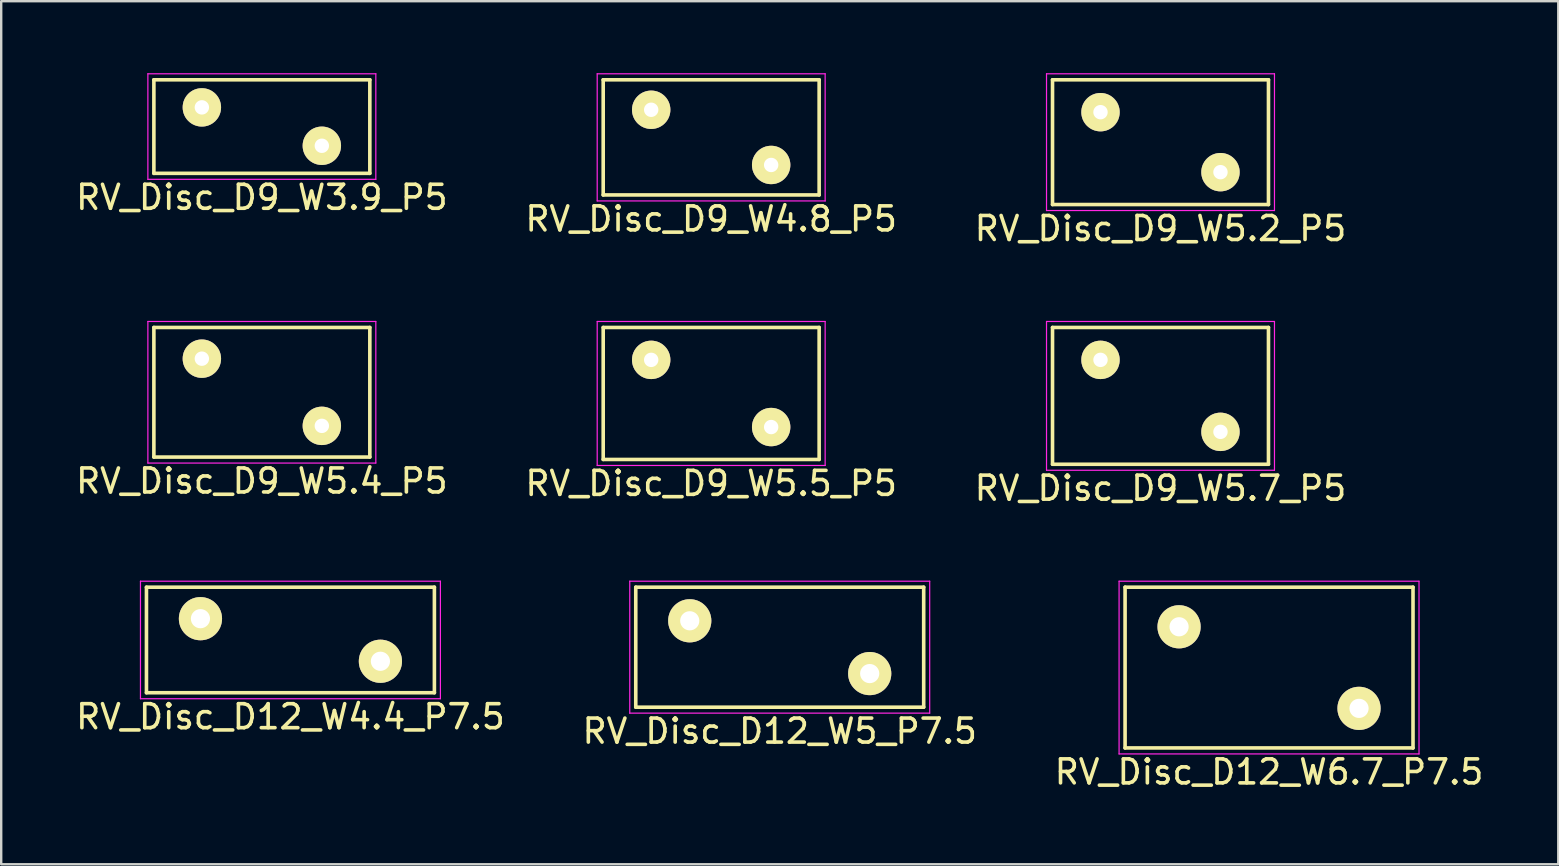
<source format=kicad_pcb>
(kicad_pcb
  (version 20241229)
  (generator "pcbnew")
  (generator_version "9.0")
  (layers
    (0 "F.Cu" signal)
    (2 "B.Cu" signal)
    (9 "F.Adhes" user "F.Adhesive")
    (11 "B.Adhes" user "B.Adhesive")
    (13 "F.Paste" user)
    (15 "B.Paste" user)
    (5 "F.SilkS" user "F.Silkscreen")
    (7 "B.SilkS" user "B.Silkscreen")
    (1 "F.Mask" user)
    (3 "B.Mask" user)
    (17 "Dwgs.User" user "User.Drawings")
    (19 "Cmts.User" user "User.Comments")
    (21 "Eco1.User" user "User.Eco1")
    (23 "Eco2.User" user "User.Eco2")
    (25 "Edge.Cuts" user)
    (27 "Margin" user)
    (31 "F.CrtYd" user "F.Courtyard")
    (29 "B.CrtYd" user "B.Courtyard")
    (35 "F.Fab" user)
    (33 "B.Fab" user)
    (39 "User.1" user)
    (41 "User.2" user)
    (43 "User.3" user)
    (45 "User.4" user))
  (footprint "RV_Disc_D9_W5.5_P5"
    (layer "F.Cu")
    (at 24.089 11.948)
    (property "Reference" "RV_Disc_D9_W5.5_P5" (at 2.5 5.15 0) (layer "F.SilkS") (effects (font (size 1 1) (thickness 0.15))))
    (attr through_hole)
    (fp_line (start -2 -1.35) (end -2 4.15) (stroke (width 0.15) (type solid)) (layer "F.SilkS"))
    (fp_line (start -2 -1.35) (end 7 -1.35) (stroke (width 0.15) (type solid)) (layer "F.SilkS"))
    (fp_line (start -2 4.15) (end 7 4.15) (stroke (width 0.15) (type solid)) (layer "F.SilkS"))
    (fp_line (start 7 -1.35) (end 7 4.15) (stroke (width 0.15) (type solid)) (layer "F.SilkS"))
    (fp_line (start -2.25 -1.6) (end -2.25 4.4) (stroke (width 0.05) (type solid)) (layer "F.CrtYd"))
    (fp_line (start -2.25 -1.6) (end 7.25 -1.6) (stroke (width 0.05) (type solid)) (layer "F.CrtYd"))
    (fp_line (start -2.25 4.4) (end 7.25 4.4) (stroke (width 0.05) (type solid)) (layer "F.CrtYd"))
    (fp_line (start 7.25 -1.6) (end 7.25 4.4) (stroke (width 0.05) (type solid)) (layer "F.CrtYd"))
    (pad "1" thru_hole circle (at 0 0) (size 1.6 1.6) (drill 0.6) (layers "*.Cu" "*.Mask" "F.SilkS"))
    (pad "2" thru_hole circle (at 5 2.8) (size 1.6 1.6) (drill 0.6) (layers "*.Cu" "*.Mask" "F.SilkS")))
  (footprint "RV_Disc_D9_W5.2_P5"
    (layer "F.Cu")
    (at 42.815 1.625)
    (property "Reference" "RV_Disc_D9_W5.2_P5" (at 2.5 4.85 0) (layer "F.SilkS") (effects (font (size 1 1) (thickness 0.15))))
    (attr through_hole)
    (fp_line (start -2 -1.35) (end -2 3.85) (stroke (width 0.15) (type solid)) (layer "F.SilkS"))
    (fp_line (start -2 -1.35) (end 7 -1.35) (stroke (width 0.15) (type solid)) (layer "F.SilkS"))
    (fp_line (start -2 3.85) (end 7 3.85) (stroke (width 0.15) (type solid)) (layer "F.SilkS"))
    (fp_line (start 7 -1.35) (end 7 3.85) (stroke (width 0.15) (type solid)) (layer "F.SilkS"))
    (fp_line (start -2.25 -1.6) (end -2.25 4.1) (stroke (width 0.05) (type solid)) (layer "F.CrtYd"))
    (fp_line (start -2.25 -1.6) (end 7.25 -1.6) (stroke (width 0.05) (type solid)) (layer "F.CrtYd"))
    (fp_line (start -2.25 4.1) (end 7.25 4.1) (stroke (width 0.05) (type solid)) (layer "F.CrtYd"))
    (fp_line (start 7.25 -1.6) (end 7.25 4.1) (stroke (width 0.05) (type solid)) (layer "F.CrtYd"))
    (pad "1" thru_hole circle (at 0 0) (size 1.6 1.6) (drill 0.6) (layers "*.Cu" "*.Mask" "F.SilkS"))
    (pad "2" thru_hole circle (at 5 2.5) (size 1.6 1.6) (drill 0.6) (layers "*.Cu" "*.Mask" "F.SilkS")))
  (footprint "RV_Disc_D12_W6.7_P7.5"
    (layer "F.Cu")
    (at 46.089 23.072)
    (property "Reference" "RV_Disc_D12_W6.7_P7.5" (at 3.75 6.05 0) (layer "F.SilkS") (effects (font (size 1 1) (thickness 0.15))))
    (attr through_hole)
    (fp_line (start -2.25 -1.65) (end -2.25 5.05) (stroke (width 0.15) (type solid)) (layer "F.SilkS"))
    (fp_line (start -2.25 -1.65) (end 9.75 -1.65) (stroke (width 0.15) (type solid)) (layer "F.SilkS"))
    (fp_line (start -2.25 5.05) (end 9.75 5.05) (stroke (width 0.15) (type solid)) (layer "F.SilkS"))
    (fp_line (start 9.75 -1.65) (end 9.75 5.05) (stroke (width 0.15) (type solid)) (layer "F.SilkS"))
    (fp_line (start -2.5 -1.9) (end -2.5 5.3) (stroke (width 0.05) (type solid)) (layer "F.CrtYd"))
    (fp_line (start -2.5 -1.9) (end 10 -1.9) (stroke (width 0.05) (type solid)) (layer "F.CrtYd"))
    (fp_line (start -2.5 5.3) (end 10 5.3) (stroke (width 0.05) (type solid)) (layer "F.CrtYd"))
    (fp_line (start 10 -1.9) (end 10 5.3) (stroke (width 0.05) (type solid)) (layer "F.CrtYd"))
    (pad "1" thru_hole circle (at 0 0) (size 1.8 1.8) (drill 0.8) (layers "*.Cu" "*.Mask" "F.SilkS"))
    (pad "2" thru_hole circle (at 7.5 3.4) (size 1.8 1.8) (drill 0.8) (layers "*.Cu" "*.Mask" "F.SilkS")))
  (footprint "RV_Disc_D9_W4.8_P5"
    (layer "F.Cu")
    (at 24.089 1.525)
    (property "Reference" "RV_Disc_D9_W4.8_P5" (at 2.5 4.55 0) (layer "F.SilkS") (effects (font (size 1 1) (thickness 0.15))))
    (attr through_hole)
    (fp_line (start -2 -1.25) (end -2 3.55) (stroke (width 0.15) (type solid)) (layer "F.SilkS"))
    (fp_line (start -2 -1.25) (end 7 -1.25) (stroke (width 0.15) (type solid)) (layer "F.SilkS"))
    (fp_line (start -2 3.55) (end 7 3.55) (stroke (width 0.15) (type solid)) (layer "F.SilkS"))
    (fp_line (start 7 -1.25) (end 7 3.55) (stroke (width 0.15) (type solid)) (layer "F.SilkS"))
    (fp_line (start -2.25 -1.5) (end -2.25 3.8) (stroke (width 0.05) (type solid)) (layer "F.CrtYd"))
    (fp_line (start -2.25 -1.5) (end 7.25 -1.5) (stroke (width 0.05) (type solid)) (layer "F.CrtYd"))
    (fp_line (start -2.25 3.8) (end 7.25 3.8) (stroke (width 0.05) (type solid)) (layer "F.CrtYd"))
    (fp_line (start 7.25 -1.5) (end 7.25 3.8) (stroke (width 0.05) (type solid)) (layer "F.CrtYd"))
    (pad "1" thru_hole circle (at 0 0) (size 1.6 1.6) (drill 0.6) (layers "*.Cu" "*.Mask" "F.SilkS"))
    (pad "2" thru_hole circle (at 5 2.3) (size 1.6 1.6) (drill 0.6) (layers "*.Cu" "*.Mask" "F.SilkS")))
  (footprint "RV_Disc_D12_W4.4_P7.5"
    (layer "F.Cu")
    (at 5.304 22.734)
    (property "Reference" "RV_Disc_D12_W4.4_P7.5" (at 3.75 4.088 0) (layer "F.SilkS") (effects (font (size 1 1) (thickness 0.15))))
    (attr through_hole)
    (fp_line (start -2.25 -1.312) (end -2.25 3.087) (stroke (width 0.15) (type solid)) (layer "F.SilkS"))
    (fp_line (start -2.25 -1.312) (end 9.75 -1.312) (stroke (width 0.15) (type solid)) (layer "F.SilkS"))
    (fp_line (start -2.25 3.087) (end 9.75 3.087) (stroke (width 0.15) (type solid)) (layer "F.SilkS"))
    (fp_line (start 9.75 -1.312) (end 9.75 3.087) (stroke (width 0.15) (type solid)) (layer "F.SilkS"))
    (fp_line (start -2.5 -1.562) (end -2.5 3.337) (stroke (width 0.05) (type solid)) (layer "F.CrtYd"))
    (fp_line (start -2.5 -1.562) (end 10 -1.562) (stroke (width 0.05) (type solid)) (layer "F.CrtYd"))
    (fp_line (start -2.5 3.337) (end 10 3.337) (stroke (width 0.05) (type solid)) (layer "F.CrtYd"))
    (fp_line (start 10 -1.562) (end 10 3.337) (stroke (width 0.05) (type solid)) (layer "F.CrtYd"))
    (pad "1" thru_hole circle (at 0 0) (size 1.8 1.8) (drill 0.8) (layers "*.Cu" "*.Mask" "F.SilkS"))
    (pad "2" thru_hole circle (at 7.5 1.775) (size 1.8 1.8) (drill 0.8) (layers "*.Cu" "*.Mask" "F.SilkS")))
  (footprint "RV_Disc_D9_W3.9_P5"
    (layer "F.Cu")
    (at 5.363 1.425)
    (property "Reference" "RV_Disc_D9_W3.9_P5" (at 2.5 3.75 0) (layer "F.SilkS") (effects (font (size 1 1) (thickness 0.15))))
    (attr through_hole)
    (fp_line (start -2 -1.15) (end -2 2.75) (stroke (width 0.15) (type solid)) (layer "F.SilkS"))
    (fp_line (start -2 -1.15) (end 7 -1.15) (stroke (width 0.15) (type solid)) (layer "F.SilkS"))
    (fp_line (start -2 2.75) (end 7 2.75) (stroke (width 0.15) (type solid)) (layer "F.SilkS"))
    (fp_line (start 7 -1.15) (end 7 2.75) (stroke (width 0.15) (type solid)) (layer "F.SilkS"))
    (fp_line (start -2.25 -1.4) (end -2.25 3) (stroke (width 0.05) (type solid)) (layer "F.CrtYd"))
    (fp_line (start -2.25 -1.4) (end 7.25 -1.4) (stroke (width 0.05) (type solid)) (layer "F.CrtYd"))
    (fp_line (start -2.25 3) (end 7.25 3) (stroke (width 0.05) (type solid)) (layer "F.CrtYd"))
    (fp_line (start 7.25 -1.4) (end 7.25 3) (stroke (width 0.05) (type solid)) (layer "F.CrtYd"))
    (pad "1" thru_hole circle (at 0 0) (size 1.6 1.6) (drill 0.6) (layers "*.Cu" "*.Mask" "F.SilkS"))
    (pad "2" thru_hole circle (at 5 1.6) (size 1.6 1.6) (drill 0.6) (layers "*.Cu" "*.Mask" "F.SilkS")))
  (footprint "RV_Disc_D9_W5.4_P5"
    (layer "F.Cu")
    (at 5.363 11.898)
    (property "Reference" "RV_Disc_D9_W5.4_P5" (at 2.5 5.1 0) (layer "F.SilkS") (effects (font (size 1 1) (thickness 0.15))))
    (attr through_hole)
    (fp_line (start -2 -1.3) (end -2 4.1) (stroke (width 0.15) (type solid)) (layer "F.SilkS"))
    (fp_line (start -2 -1.3) (end 7 -1.3) (stroke (width 0.15) (type solid)) (layer "F.SilkS"))
    (fp_line (start -2 4.1) (end 7 4.1) (stroke (width 0.15) (type solid)) (layer "F.SilkS"))
    (fp_line (start 7 -1.3) (end 7 4.1) (stroke (width 0.15) (type solid)) (layer "F.SilkS"))
    (fp_line (start -2.25 -1.55) (end -2.25 4.35) (stroke (width 0.05) (type solid)) (layer "F.CrtYd"))
    (fp_line (start -2.25 -1.55) (end 7.25 -1.55) (stroke (width 0.05) (type solid)) (layer "F.CrtYd"))
    (fp_line (start -2.25 4.35) (end 7.25 4.35) (stroke (width 0.05) (type solid)) (layer "F.CrtYd"))
    (fp_line (start 7.25 -1.55) (end 7.25 4.35) (stroke (width 0.05) (type solid)) (layer "F.CrtYd"))
    (pad "1" thru_hole circle (at 0 0) (size 1.6 1.6) (drill 0.6) (layers "*.Cu" "*.Mask" "F.SilkS"))
    (pad "2" thru_hole circle (at 5 2.8) (size 1.6 1.6) (drill 0.6) (layers "*.Cu" "*.Mask" "F.SilkS")))
  (footprint "RV_Disc_D9_W5.7_P5"
    (layer "F.Cu")
    (at 42.815 11.948)
    (property "Reference" "RV_Disc_D9_W5.7_P5" (at 2.5 5.35 0) (layer "F.SilkS") (effects (font (size 1 1) (thickness 0.15))))
    (attr through_hole)
    (fp_line (start -2 -1.35) (end -2 4.35) (stroke (width 0.15) (type solid)) (layer "F.SilkS"))
    (fp_line (start -2 -1.35) (end 7 -1.35) (stroke (width 0.15) (type solid)) (layer "F.SilkS"))
    (fp_line (start -2 4.35) (end 7 4.35) (stroke (width 0.15) (type solid)) (layer "F.SilkS"))
    (fp_line (start 7 -1.35) (end 7 4.35) (stroke (width 0.15) (type solid)) (layer "F.SilkS"))
    (fp_line (start -2.25 -1.6) (end -2.25 4.6) (stroke (width 0.05) (type solid)) (layer "F.CrtYd"))
    (fp_line (start -2.25 -1.6) (end 7.25 -1.6) (stroke (width 0.05) (type solid)) (layer "F.CrtYd"))
    (fp_line (start -2.25 4.6) (end 7.25 4.6) (stroke (width 0.05) (type solid)) (layer "F.CrtYd"))
    (fp_line (start 7.25 -1.6) (end 7.25 4.6) (stroke (width 0.05) (type solid)) (layer "F.CrtYd"))
    (pad "1" thru_hole circle (at 0 0) (size 1.6 1.6) (drill 0.6) (layers "*.Cu" "*.Mask" "F.SilkS"))
    (pad "2" thru_hole circle (at 5 3) (size 1.6 1.6) (drill 0.6) (layers "*.Cu" "*.Mask" "F.SilkS")))
  (footprint "RV_Disc_D12_W5_P7.5"
    (layer "F.Cu")
    (at 25.696 22.822)
    (property "Reference" "RV_Disc_D12_W5_P7.5" (at 3.75 4.6 0) (layer "F.SilkS") (effects (font (size 1 1) (thickness 0.15))))
    (attr through_hole)
    (fp_line (start -2.25 -1.4) (end -2.25 3.6) (stroke (width 0.15) (type solid)) (layer "F.SilkS"))
    (fp_line (start -2.25 -1.4) (end 9.75 -1.4) (stroke (width 0.15) (type solid)) (layer "F.SilkS"))
    (fp_line (start -2.25 3.6) (end 9.75 3.6) (stroke (width 0.15) (type solid)) (layer "F.SilkS"))
    (fp_line (start 9.75 -1.4) (end 9.75 3.6) (stroke (width 0.15) (type solid)) (layer "F.SilkS"))
    (fp_line (start -2.5 -1.65) (end -2.5 3.85) (stroke (width 0.05) (type solid)) (layer "F.CrtYd"))
    (fp_line (start -2.5 -1.65) (end 10 -1.65) (stroke (width 0.05) (type solid)) (layer "F.CrtYd"))
    (fp_line (start -2.5 3.85) (end 10 3.85) (stroke (width 0.05) (type solid)) (layer "F.CrtYd"))
    (fp_line (start 10 -1.65) (end 10 3.85) (stroke (width 0.05) (type solid)) (layer "F.CrtYd"))
    (pad "1" thru_hole circle (at 0 0) (size 1.8 1.8) (drill 0.8) (layers "*.Cu" "*.Mask" "F.SilkS"))
    (pad "2" thru_hole circle (at 7.5 2.2) (size 1.8 1.8) (drill 0.8) (layers "*.Cu" "*.Mask" "F.SilkS")))
  (gr_rect
    (start -3 -3)
    (end 61.893 32.97)
    (stroke (width 0.1) (type default))
    (fill no)
    (layer "Edge.Cuts")))
</source>
